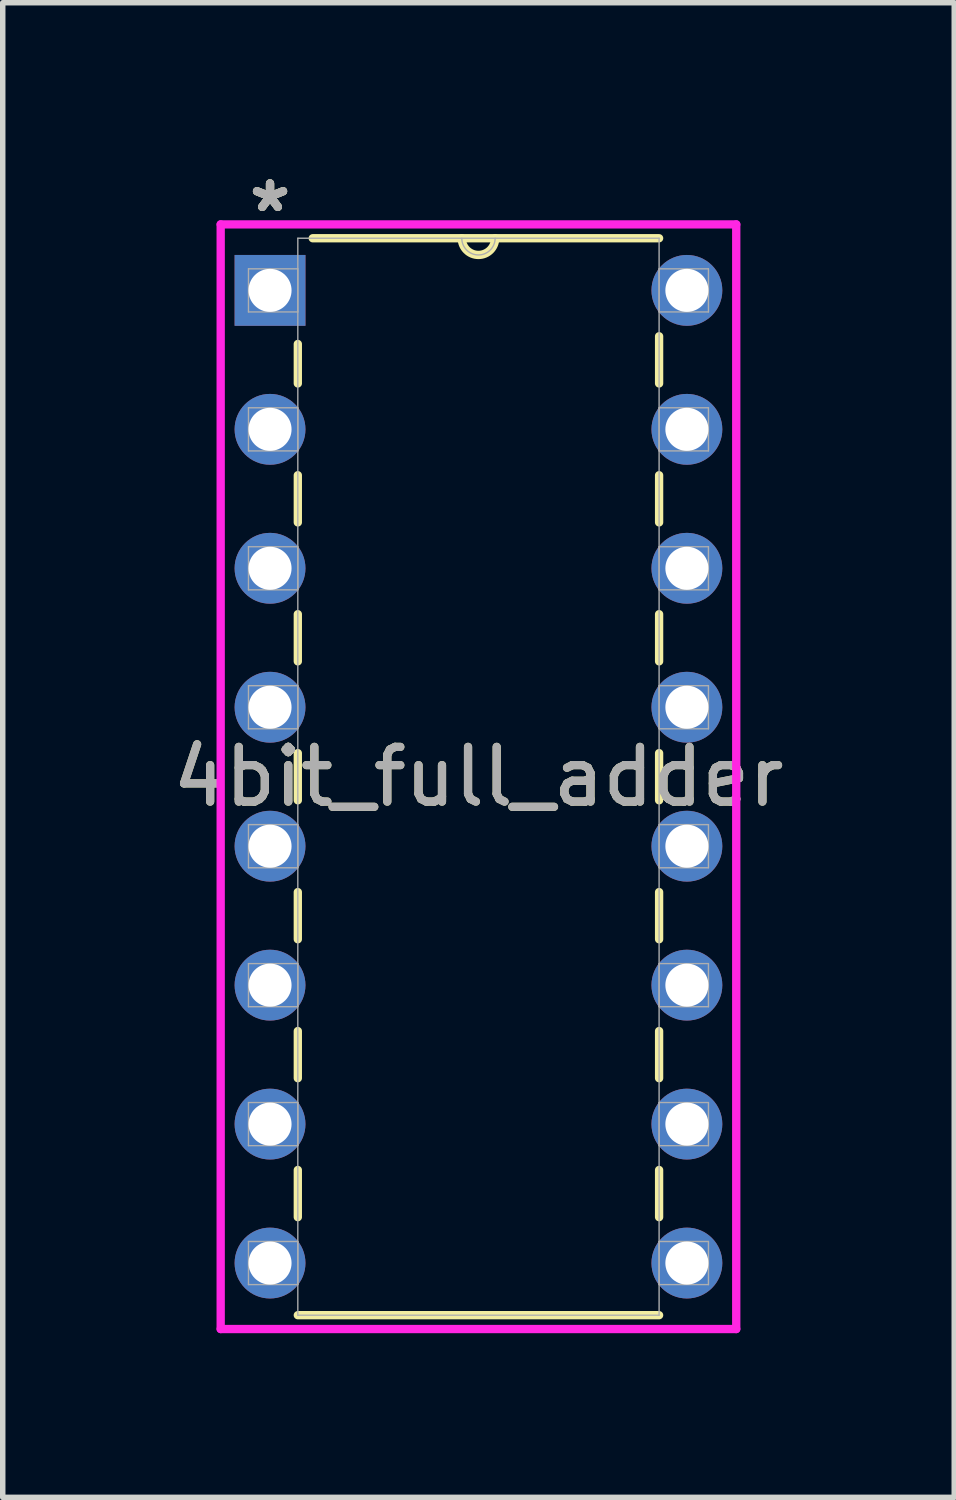
<source format=kicad_pcb>
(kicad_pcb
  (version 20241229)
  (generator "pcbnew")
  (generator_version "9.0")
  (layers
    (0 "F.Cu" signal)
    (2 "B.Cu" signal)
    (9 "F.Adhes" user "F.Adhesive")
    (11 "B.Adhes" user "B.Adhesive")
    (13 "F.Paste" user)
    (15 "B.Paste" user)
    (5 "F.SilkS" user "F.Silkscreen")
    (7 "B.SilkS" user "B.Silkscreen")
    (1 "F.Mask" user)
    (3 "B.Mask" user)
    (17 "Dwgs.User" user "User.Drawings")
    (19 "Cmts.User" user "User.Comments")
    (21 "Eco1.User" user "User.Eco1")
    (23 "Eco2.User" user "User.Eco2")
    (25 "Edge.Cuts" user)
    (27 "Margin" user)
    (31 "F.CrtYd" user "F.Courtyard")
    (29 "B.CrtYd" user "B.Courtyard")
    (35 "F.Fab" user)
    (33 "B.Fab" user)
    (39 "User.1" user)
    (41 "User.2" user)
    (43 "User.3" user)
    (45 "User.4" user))
  (footprint "4bit_full_adder"
    (layer "F.Cu")
    (at 9.506 20.038)
    (property "Reference" "4bit_full_adder" (at -3.81 -8.89 0) (unlocked yes) (layer "F.SilkS") (effects (font (size 1 1) (thickness 0.15))))
    (attr through_hole)
    (fp_line (start -7.112 -16.8) (end -7.112 -16.079) (stroke (width 0.152) (type solid)) (layer "F.SilkS"))
    (fp_line (start -7.112 -14.401) (end -7.112 -13.539) (stroke (width 0.152) (type solid)) (layer "F.SilkS"))
    (fp_line (start -7.112 -11.861) (end -7.112 -10.999) (stroke (width 0.152) (type solid)) (layer "F.SilkS"))
    (fp_line (start -7.112 -9.321) (end -7.112 -8.459) (stroke (width 0.152) (type solid)) (layer "F.SilkS"))
    (fp_line (start -7.112 -6.781) (end -7.112 -5.919) (stroke (width 0.152) (type solid)) (layer "F.SilkS"))
    (fp_line (start -7.112 -4.241) (end -7.112 -3.379) (stroke (width 0.152) (type solid)) (layer "F.SilkS"))
    (fp_line (start -7.112 -1.701) (end -7.112 -0.839) (stroke (width 0.152) (type solid)) (layer "F.SilkS"))
    (fp_line (start -7.112 0.953) (end -0.508 0.953) (stroke (width 0.152) (type solid)) (layer "F.SilkS"))
    (fp_line (start -0.508 -18.733) (end -6.839 -18.733) (stroke (width 0.152) (type solid)) (layer "F.SilkS"))
    (fp_line (start -0.508 -16.079) (end -0.508 -16.941) (stroke (width 0.152) (type solid)) (layer "F.SilkS"))
    (fp_line (start -0.508 -13.539) (end -0.508 -14.401) (stroke (width 0.152) (type solid)) (layer "F.SilkS"))
    (fp_line (start -0.508 -10.999) (end -0.508 -11.861) (stroke (width 0.152) (type solid)) (layer "F.SilkS"))
    (fp_line (start -0.508 -8.459) (end -0.508 -9.321) (stroke (width 0.152) (type solid)) (layer "F.SilkS"))
    (fp_line (start -0.508 -5.919) (end -0.508 -6.781) (stroke (width 0.152) (type solid)) (layer "F.SilkS"))
    (fp_line (start -0.508 -3.379) (end -0.508 -4.241) (stroke (width 0.152) (type solid)) (layer "F.SilkS"))
    (fp_line (start -0.508 -0.839) (end -0.508 -1.701) (stroke (width 0.152) (type solid)) (layer "F.SilkS"))
    (fp_arc (start -3.5052 -18.7325) (mid -3.81 -18.4277) (end -4.1148 -18.7325) (stroke (width 0.1524) (type solid)) (layer "F.SilkS"))
    (fp_line (start -8.522 -18.986) (end -8.522 1.206) (stroke (width 0.152) (type solid)) (layer "F.CrtYd"))
    (fp_line (start -8.522 1.206) (end 0.902 1.206) (stroke (width 0.152) (type solid)) (layer "F.CrtYd"))
    (fp_line (start 0.902 -18.986) (end -8.522 -18.986) (stroke (width 0.152) (type solid)) (layer "F.CrtYd"))
    (fp_line (start 0.902 1.206) (end 0.902 -18.986) (stroke (width 0.152) (type solid)) (layer "F.CrtYd"))
    (fp_line (start -8.014 -18.174) (end -8.014 -17.386) (stroke (width 0.025) (type solid)) (layer "F.Fab"))
    (fp_line (start -8.014 -17.386) (end -7.112 -17.386) (stroke (width 0.025) (type solid)) (layer "F.Fab"))
    (fp_line (start -8.014 -15.634) (end -8.014 -14.846) (stroke (width 0.025) (type solid)) (layer "F.Fab"))
    (fp_line (start -8.014 -14.846) (end -7.112 -14.846) (stroke (width 0.025) (type solid)) (layer "F.Fab"))
    (fp_line (start -8.014 -13.094) (end -8.014 -12.306) (stroke (width 0.025) (type solid)) (layer "F.Fab"))
    (fp_line (start -8.014 -12.306) (end -7.112 -12.306) (stroke (width 0.025) (type solid)) (layer "F.Fab"))
    (fp_line (start -8.014 -10.554) (end -8.014 -9.766) (stroke (width 0.025) (type solid)) (layer "F.Fab"))
    (fp_line (start -8.014 -9.766) (end -7.112 -9.766) (stroke (width 0.025) (type solid)) (layer "F.Fab"))
    (fp_line (start -8.014 -8.014) (end -8.014 -7.226) (stroke (width 0.025) (type solid)) (layer "F.Fab"))
    (fp_line (start -8.014 -7.226) (end -7.112 -7.226) (stroke (width 0.025) (type solid)) (layer "F.Fab"))
    (fp_line (start -8.014 -5.474) (end -8.014 -4.686) (stroke (width 0.025) (type solid)) (layer "F.Fab"))
    (fp_line (start -8.014 -4.686) (end -7.112 -4.686) (stroke (width 0.025) (type solid)) (layer "F.Fab"))
    (fp_line (start -8.014 -2.934) (end -8.014 -2.146) (stroke (width 0.025) (type solid)) (layer "F.Fab"))
    (fp_line (start -8.014 -2.146) (end -7.112 -2.146) (stroke (width 0.025) (type solid)) (layer "F.Fab"))
    (fp_line (start -8.014 -0.394) (end -8.014 0.394) (stroke (width 0.025) (type solid)) (layer "F.Fab"))
    (fp_line (start -8.014 0.394) (end -7.112 0.394) (stroke (width 0.025) (type solid)) (layer "F.Fab"))
    (fp_line (start -7.112 -18.733) (end -7.112 0.953) (stroke (width 0.025) (type solid)) (layer "F.Fab"))
    (fp_line (start -7.112 -18.174) (end -8.014 -18.174) (stroke (width 0.025) (type solid)) (layer "F.Fab"))
    (fp_line (start -7.112 -17.386) (end -7.112 -18.174) (stroke (width 0.025) (type solid)) (layer "F.Fab"))
    (fp_line (start -7.112 -15.634) (end -8.014 -15.634) (stroke (width 0.025) (type solid)) (layer "F.Fab"))
    (fp_line (start -7.112 -14.846) (end -7.112 -15.634) (stroke (width 0.025) (type solid)) (layer "F.Fab"))
    (fp_line (start -7.112 -13.094) (end -8.014 -13.094) (stroke (width 0.025) (type solid)) (layer "F.Fab"))
    (fp_line (start -7.112 -12.306) (end -7.112 -13.094) (stroke (width 0.025) (type solid)) (layer "F.Fab"))
    (fp_line (start -7.112 -10.554) (end -8.014 -10.554) (stroke (width 0.025) (type solid)) (layer "F.Fab"))
    (fp_line (start -7.112 -9.766) (end -7.112 -10.554) (stroke (width 0.025) (type solid)) (layer "F.Fab"))
    (fp_line (start -7.112 -8.014) (end -8.014 -8.014) (stroke (width 0.025) (type solid)) (layer "F.Fab"))
    (fp_line (start -7.112 -7.226) (end -7.112 -8.014) (stroke (width 0.025) (type solid)) (layer "F.Fab"))
    (fp_line (start -7.112 -5.474) (end -8.014 -5.474) (stroke (width 0.025) (type solid)) (layer "F.Fab"))
    (fp_line (start -7.112 -4.686) (end -7.112 -5.474) (stroke (width 0.025) (type solid)) (layer "F.Fab"))
    (fp_line (start -7.112 -2.934) (end -8.014 -2.934) (stroke (width 0.025) (type solid)) (layer "F.Fab"))
    (fp_line (start -7.112 -2.146) (end -7.112 -2.934) (stroke (width 0.025) (type solid)) (layer "F.Fab"))
    (fp_line (start -7.112 -0.394) (end -8.014 -0.394) (stroke (width 0.025) (type solid)) (layer "F.Fab"))
    (fp_line (start -7.112 0.394) (end -7.112 -0.394) (stroke (width 0.025) (type solid)) (layer "F.Fab"))
    (fp_line (start -7.112 0.953) (end -0.508 0.953) (stroke (width 0.025) (type solid)) (layer "F.Fab"))
    (fp_line (start -0.508 -18.733) (end -7.112 -18.733) (stroke (width 0.025) (type solid)) (layer "F.Fab"))
    (fp_line (start -0.508 -18.174) (end -0.508 -17.386) (stroke (width 0.025) (type solid)) (layer "F.Fab"))
    (fp_line (start -0.508 -17.386) (end 0.394 -17.386) (stroke (width 0.025) (type solid)) (layer "F.Fab"))
    (fp_line (start -0.508 -15.634) (end -0.508 -14.846) (stroke (width 0.025) (type solid)) (layer "F.Fab"))
    (fp_line (start -0.508 -14.846) (end 0.394 -14.846) (stroke (width 0.025) (type solid)) (layer "F.Fab"))
    (fp_line (start -0.508 -13.094) (end -0.508 -12.306) (stroke (width 0.025) (type solid)) (layer "F.Fab"))
    (fp_line (start -0.508 -12.306) (end 0.394 -12.306) (stroke (width 0.025) (type solid)) (layer "F.Fab"))
    (fp_line (start -0.508 -10.554) (end -0.508 -9.766) (stroke (width 0.025) (type solid)) (layer "F.Fab"))
    (fp_line (start -0.508 -9.766) (end 0.394 -9.766) (stroke (width 0.025) (type solid)) (layer "F.Fab"))
    (fp_line (start -0.508 -8.014) (end -0.508 -7.226) (stroke (width 0.025) (type solid)) (layer "F.Fab"))
    (fp_line (start -0.508 -7.226) (end 0.394 -7.226) (stroke (width 0.025) (type solid)) (layer "F.Fab"))
    (fp_line (start -0.508 -5.474) (end -0.508 -4.686) (stroke (width 0.025) (type solid)) (layer "F.Fab"))
    (fp_line (start -0.508 -4.686) (end 0.394 -4.686) (stroke (width 0.025) (type solid)) (layer "F.Fab"))
    (fp_line (start -0.508 -2.934) (end -0.508 -2.146) (stroke (width 0.025) (type solid)) (layer "F.Fab"))
    (fp_line (start -0.508 -2.146) (end 0.394 -2.146) (stroke (width 0.025) (type solid)) (layer "F.Fab"))
    (fp_line (start -0.508 -0.394) (end -0.508 0.394) (stroke (width 0.025) (type solid)) (layer "F.Fab"))
    (fp_line (start -0.508 0.394) (end 0.394 0.394) (stroke (width 0.025) (type solid)) (layer "F.Fab"))
    (fp_line (start -0.508 0.953) (end -0.508 -18.733) (stroke (width 0.025) (type solid)) (layer "F.Fab"))
    (fp_line (start 0.394 -18.174) (end -0.508 -18.174) (stroke (width 0.025) (type solid)) (layer "F.Fab"))
    (fp_line (start 0.394 -17.386) (end 0.394 -18.174) (stroke (width 0.025) (type solid)) (layer "F.Fab"))
    (fp_line (start 0.394 -15.634) (end -0.508 -15.634) (stroke (width 0.025) (type solid)) (layer "F.Fab"))
    (fp_line (start 0.394 -14.846) (end 0.394 -15.634) (stroke (width 0.025) (type solid)) (layer "F.Fab"))
    (fp_line (start 0.394 -13.094) (end -0.508 -13.094) (stroke (width 0.025) (type solid)) (layer "F.Fab"))
    (fp_line (start 0.394 -12.306) (end 0.394 -13.094) (stroke (width 0.025) (type solid)) (layer "F.Fab"))
    (fp_line (start 0.394 -10.554) (end -0.508 -10.554) (stroke (width 0.025) (type solid)) (layer "F.Fab"))
    (fp_line (start 0.394 -9.766) (end 0.394 -10.554) (stroke (width 0.025) (type solid)) (layer "F.Fab"))
    (fp_line (start 0.394 -8.014) (end -0.508 -8.014) (stroke (width 0.025) (type solid)) (layer "F.Fab"))
    (fp_line (start 0.394 -7.226) (end 0.394 -8.014) (stroke (width 0.025) (type solid)) (layer "F.Fab"))
    (fp_line (start 0.394 -5.474) (end -0.508 -5.474) (stroke (width 0.025) (type solid)) (layer "F.Fab"))
    (fp_line (start 0.394 -4.686) (end 0.394 -5.474) (stroke (width 0.025) (type solid)) (layer "F.Fab"))
    (fp_line (start 0.394 -2.934) (end -0.508 -2.934) (stroke (width 0.025) (type solid)) (layer "F.Fab"))
    (fp_line (start 0.394 -2.146) (end 0.394 -2.934) (stroke (width 0.025) (type solid)) (layer "F.Fab"))
    (fp_line (start 0.394 -0.394) (end -0.508 -0.394) (stroke (width 0.025) (type solid)) (layer "F.Fab"))
    (fp_line (start 0.394 0.394) (end 0.394 -0.394) (stroke (width 0.025) (type solid)) (layer "F.Fab"))
    (fp_arc (start -3.5052 -18.7325) (mid -3.81 -18.4277) (end -4.1148 -18.7325) (stroke (width 0.0254) (type solid)) (layer "F.Fab"))
    (fp_text user "*" (at -7.62 -19.19 0) (unlocked yes) (layer "F.SilkS") (effects (font (size 1 1) (thickness 0.15))))
    (fp_text user "*" (at -7.62 -19.19 0) (layer "F.SilkS") (effects (font (size 1 1) (thickness 0.15))))
    (fp_text user "*" (at -7.62 -19.19 0) (layer "F.Fab") (effects (font (size 1 1) (thickness 0.15))))
    (fp_text user "${REFERENCE}" (at -3.81 -8.89 0) (unlocked yes) (layer "F.Fab") (effects (font (size 1 1) (thickness 0.15))))
    (fp_text user "*" (at -7.62 -19.19 0) (unlocked yes) (layer "F.Fab") (effects (font (size 1 1) (thickness 0.15))))
    (pad "1" thru_hole rect (at -7.62 -17.78) (size 1.295 1.295) (drill 0.787) (layers "*.Cu" "*.Mask"))
    (pad "2" thru_hole circle (at -7.62 -15.24) (size 1.295 1.295) (drill 0.787) (layers "*.Cu" "*.Mask"))
    (pad "3" thru_hole circle (at -7.62 -12.7) (size 1.295 1.295) (drill 0.787) (layers "*.Cu" "*.Mask"))
    (pad "4" thru_hole circle (at -7.62 -10.16) (size 1.295 1.295) (drill 0.787) (layers "*.Cu" "*.Mask"))
    (pad "5" thru_hole circle (at -7.62 -7.62) (size 1.295 1.295) (drill 0.787) (layers "*.Cu" "*.Mask"))
    (pad "6" thru_hole circle (at -7.62 -5.08) (size 1.295 1.295) (drill 0.787) (layers "*.Cu" "*.Mask"))
    (pad "7" thru_hole circle (at -7.62 -2.54) (size 1.295 1.295) (drill 0.787) (layers "*.Cu" "*.Mask"))
    (pad "8" thru_hole circle (at -7.62 0) (size 1.295 1.295) (drill 0.787) (layers "*.Cu" "*.Mask"))
    (pad "9" thru_hole circle (at 0 0) (size 1.295 1.295) (drill 0.787) (layers "*.Cu" "*.Mask"))
    (pad "10" thru_hole circle (at 0 -2.54) (size 1.295 1.295) (drill 0.787) (layers "*.Cu" "*.Mask"))
    (pad "11" thru_hole circle (at 0 -5.08) (size 1.295 1.295) (drill 0.787) (layers "*.Cu" "*.Mask"))
    (pad "12" thru_hole circle (at 0 -7.62) (size 1.295 1.295) (drill 0.787) (layers "*.Cu" "*.Mask"))
    (pad "13" thru_hole circle (at 0 -10.16) (size 1.295 1.295) (drill 0.787) (layers "*.Cu" "*.Mask"))
    (pad "14" thru_hole circle (at 0 -12.7) (size 1.295 1.295) (drill 0.787) (layers "*.Cu" "*.Mask"))
    (pad "15" thru_hole circle (at 0 -15.24) (size 1.295 1.295) (drill 0.787) (layers "*.Cu" "*.Mask"))
    (pad "16" thru_hole circle (at 0 -17.78) (size 1.295 1.295) (drill 0.787) (layers "*.Cu" "*.Mask")))
  (gr_rect
    (start -3 -3)
    (end 14.393 24.321)
    (stroke (width 0.1) (type default))
    (fill no)
    (layer "Edge.Cuts")))
</source>
